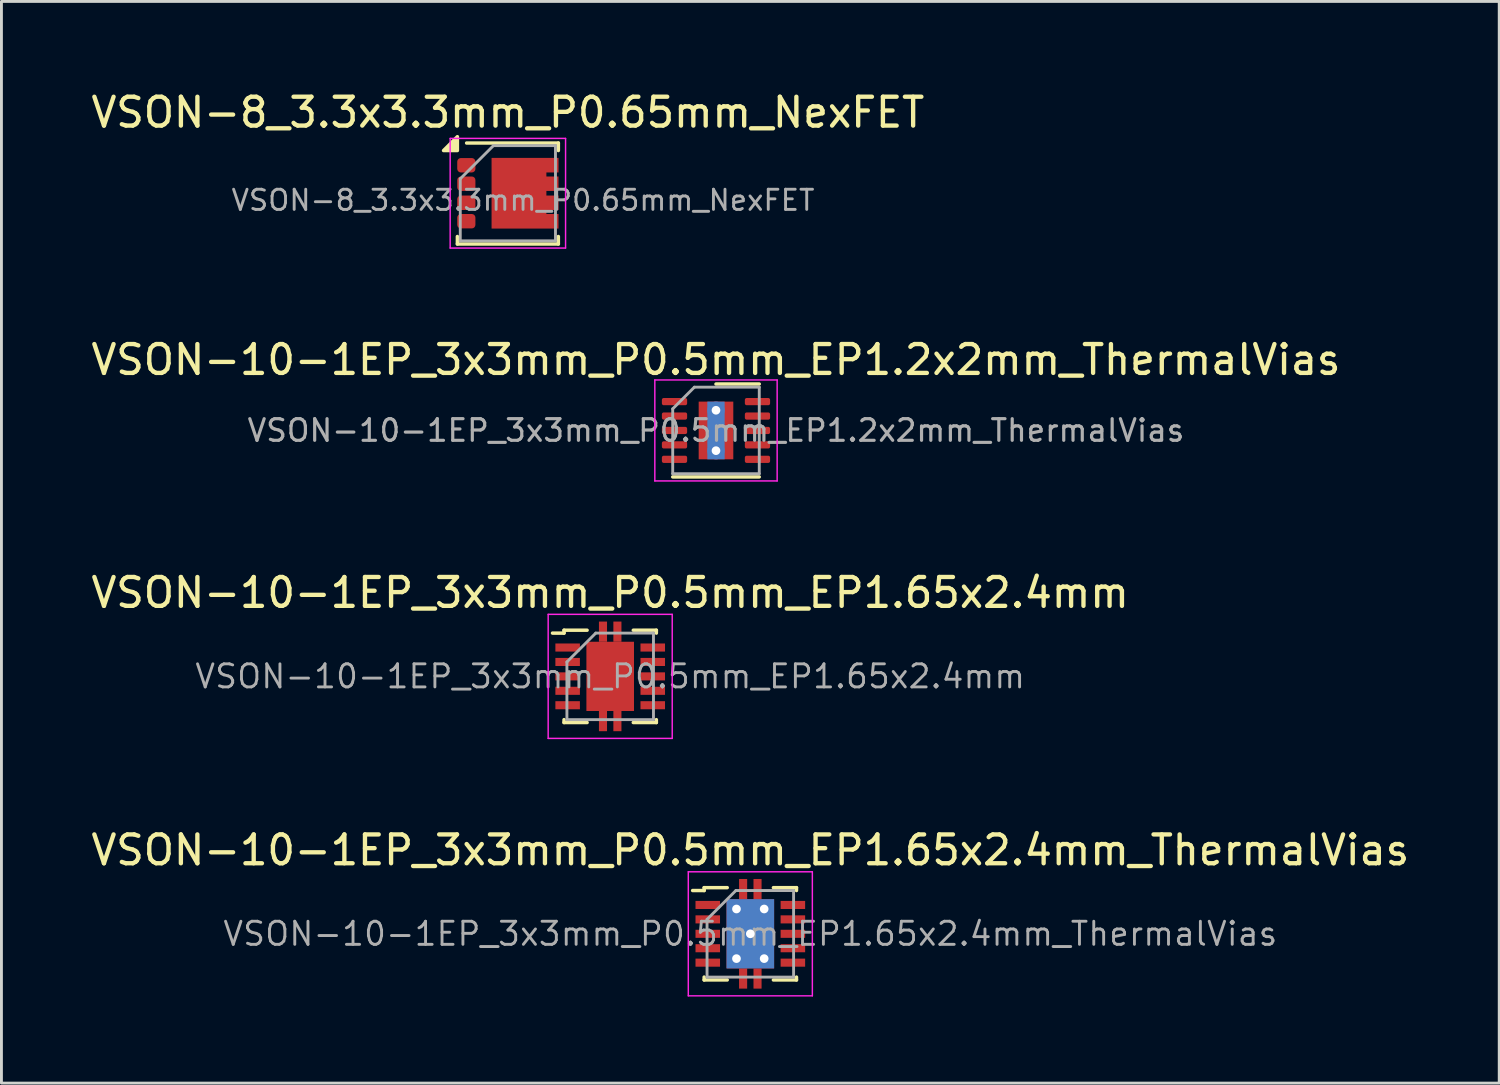
<source format=kicad_pcb>
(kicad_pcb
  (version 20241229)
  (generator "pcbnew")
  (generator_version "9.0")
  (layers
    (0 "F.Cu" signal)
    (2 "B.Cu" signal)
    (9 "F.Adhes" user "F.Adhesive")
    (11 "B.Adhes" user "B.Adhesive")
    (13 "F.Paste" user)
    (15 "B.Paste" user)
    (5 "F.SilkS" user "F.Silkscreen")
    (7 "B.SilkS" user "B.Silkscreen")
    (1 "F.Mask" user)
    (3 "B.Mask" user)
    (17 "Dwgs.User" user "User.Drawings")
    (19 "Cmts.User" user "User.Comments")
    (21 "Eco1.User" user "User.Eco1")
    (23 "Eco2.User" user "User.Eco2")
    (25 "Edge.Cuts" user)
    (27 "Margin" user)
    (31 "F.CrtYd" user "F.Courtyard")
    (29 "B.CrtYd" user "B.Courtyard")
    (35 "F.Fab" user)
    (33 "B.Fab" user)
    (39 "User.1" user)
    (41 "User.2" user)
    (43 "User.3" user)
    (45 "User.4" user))
  (footprint "VSON-10-1EP_3x3mm_P0.5mm_EP1.2x2mm_ThermalVias"
    (layer "F.Cu")
    (at 21.768 11.871)
    (property "Reference" "VSON-10-1EP_3x3mm_P0.5mm_EP1.2x2mm_ThermalVias" (at 0 -2.45 0) (layer "F.SilkS") (effects (font (size 1 1) (thickness 0.15))))
    (attr smd)
    (fp_line (start -1.5 1.61) (end 1.5 1.61) (stroke (width 0.12) (type solid)) (layer "F.SilkS"))
    (fp_line (start 0 -1.61) (end 1.5 -1.61) (stroke (width 0.12) (type solid)) (layer "F.SilkS"))
    (fp_line (start -2.12 -1.75) (end -2.12 1.75) (stroke (width 0.05) (type solid)) (layer "F.CrtYd"))
    (fp_line (start -2.12 1.75) (end 2.12 1.75) (stroke (width 0.05) (type solid)) (layer "F.CrtYd"))
    (fp_line (start 2.12 -1.75) (end -2.12 -1.75) (stroke (width 0.05) (type solid)) (layer "F.CrtYd"))
    (fp_line (start 2.12 1.75) (end 2.12 -1.75) (stroke (width 0.05) (type solid)) (layer "F.CrtYd"))
    (fp_line (start -1.5 -0.75) (end -0.75 -1.5) (stroke (width 0.1) (type solid)) (layer "F.Fab"))
    (fp_line (start -1.5 1.5) (end -1.5 -0.75) (stroke (width 0.1) (type solid)) (layer "F.Fab"))
    (fp_line (start -0.75 -1.5) (end 1.5 -1.5) (stroke (width 0.1) (type solid)) (layer "F.Fab"))
    (fp_line (start 1.5 -1.5) (end 1.5 1.5) (stroke (width 0.1) (type solid)) (layer "F.Fab"))
    (fp_line (start 1.5 1.5) (end -1.5 1.5) (stroke (width 0.1) (type solid)) (layer "F.Fab"))
    (fp_text user "${REFERENCE}" (at 0 0 0) (layer "F.Fab") (effects (font (size 0.75 0.75) (thickness 0.11))))
    (pad "" smd roundrect (at -0.3 -0.5) (size 0.52 0.87) (layers "F.Paste") (roundrect_rratio 0.25))
    (pad "" smd roundrect (at -0.3 0.5) (size 0.52 0.87) (layers "F.Paste") (roundrect_rratio 0.25))
    (pad "" smd roundrect (at 0.3 -0.5) (size 0.52 0.87) (layers "F.Paste") (roundrect_rratio 0.25))
    (pad "" smd roundrect (at 0.3 0.5) (size 0.52 0.87) (layers "F.Paste") (roundrect_rratio 0.25))
    (pad "1" smd roundrect (at -1.438 -1) (size 0.875 0.25) (layers "F.Cu" "F.Mask" "F.Paste") (roundrect_rratio 0.25))
    (pad "2" smd roundrect (at -1.438 -0.5) (size 0.875 0.25) (layers "F.Cu" "F.Mask" "F.Paste") (roundrect_rratio 0.25))
    (pad "3" smd roundrect (at -1.438 0) (size 0.875 0.25) (layers "F.Cu" "F.Mask" "F.Paste") (roundrect_rratio 0.25))
    (pad "4" smd roundrect (at -1.438 0.5) (size 0.875 0.25) (layers "F.Cu" "F.Mask" "F.Paste") (roundrect_rratio 0.25))
    (pad "5" smd roundrect (at -1.438 1) (size 0.875 0.25) (layers "F.Cu" "F.Mask" "F.Paste") (roundrect_rratio 0.25))
    (pad "6" smd roundrect (at 1.438 1) (size 0.875 0.25) (layers "F.Cu" "F.Mask" "F.Paste") (roundrect_rratio 0.25))
    (pad "7" smd roundrect (at 1.438 0.5) (size 0.875 0.25) (layers "F.Cu" "F.Mask" "F.Paste") (roundrect_rratio 0.25))
    (pad "8" smd roundrect (at 1.438 0) (size 0.875 0.25) (layers "F.Cu" "F.Mask" "F.Paste") (roundrect_rratio 0.25))
    (pad "9" smd roundrect (at 1.438 -0.5) (size 0.875 0.25) (layers "F.Cu" "F.Mask" "F.Paste") (roundrect_rratio 0.25))
    (pad "10" smd roundrect (at 1.438 -1) (size 0.875 0.25) (layers "F.Cu" "F.Mask" "F.Paste") (roundrect_rratio 0.25))
    (pad "11" thru_hole circle (at 0 -0.7) (size 0.6 0.6) (drill 0.3) (layers "*.Cu"))
    (pad "11" smd rect (at 0 0) (size 0.6 2) (layers "B.Cu"))
    (pad "11" smd rect (at 0 0) (size 1.2 2) (layers "F.Cu" "F.Mask"))
    (pad "11" thru_hole circle (at 0 0.7) (size 0.6 0.6) (drill 0.3) (layers "*.Cu")))
  (footprint "VSON-10-1EP_3x3mm_P0.5mm_EP1.65x2.4mm_ThermalVias"
    (layer "F.Cu")
    (at 22.958 29.318)
    (property "Reference" "VSON-10-1EP_3x3mm_P0.5mm_EP1.65x2.4mm_ThermalVias" (at 0 -2.9 0) (layer "F.SilkS") (effects (font (size 1 1) (thickness 0.15))))
    (attr smd)
    (fp_line (start -1.6 -1.6) (end -1.6 -1.5) (stroke (width 0.12) (type solid)) (layer "F.SilkS"))
    (fp_line (start -1.6 -1.5) (end -2 -1.5) (stroke (width 0.12) (type solid)) (layer "F.SilkS"))
    (fp_line (start -1.6 1.5) (end -1.6 1.6) (stroke (width 0.12) (type solid)) (layer "F.SilkS"))
    (fp_line (start -1.6 1.6) (end -0.8 1.6) (stroke (width 0.12) (type solid)) (layer "F.SilkS"))
    (fp_line (start -0.8 -1.6) (end -1.6 -1.6) (stroke (width 0.12) (type solid)) (layer "F.SilkS"))
    (fp_line (start 0.8 -1.6) (end 1.6 -1.6) (stroke (width 0.12) (type solid)) (layer "F.SilkS"))
    (fp_line (start 0.8 1.6) (end 1.6 1.6) (stroke (width 0.12) (type solid)) (layer "F.SilkS"))
    (fp_line (start 1.6 -1.6) (end 1.6 -1.5) (stroke (width 0.12) (type solid)) (layer "F.SilkS"))
    (fp_line (start 1.6 1.6) (end 1.6 1.5) (stroke (width 0.12) (type solid)) (layer "F.SilkS"))
    (fp_line (start -2.15 -2.15) (end 2.15 -2.15) (stroke (width 0.05) (type solid)) (layer "F.CrtYd"))
    (fp_line (start -2.15 2.15) (end -2.15 -2.15) (stroke (width 0.05) (type solid)) (layer "F.CrtYd"))
    (fp_line (start 2.15 -2.15) (end 2.15 2.15) (stroke (width 0.05) (type solid)) (layer "F.CrtYd"))
    (fp_line (start 2.15 2.15) (end -2.15 2.15) (stroke (width 0.05) (type solid)) (layer "F.CrtYd"))
    (fp_line (start -1.5 -0.5) (end -1.5 1.5) (stroke (width 0.1) (type solid)) (layer "F.Fab"))
    (fp_line (start -1.5 -0.5) (end -0.5 -1.5) (stroke (width 0.1) (type solid)) (layer "F.Fab"))
    (fp_line (start -1.5 1.5) (end 1.5 1.5) (stroke (width 0.1) (type solid)) (layer "F.Fab"))
    (fp_line (start -0.5 -1.5) (end 1.5 -1.5) (stroke (width 0.1) (type solid)) (layer "F.Fab"))
    (fp_line (start 1.5 -1.5) (end 1.5 1.5) (stroke (width 0.1) (type solid)) (layer "F.Fab"))
    (fp_text user "${REFERENCE}" (at 0 0 0) (layer "F.Fab") (effects (font (size 0.8 0.8) (thickness 0.1))))
    (pad "" smd rect (at -0.48 -0.86) (size 0.64 0.64) (layers "F.Paste"))
    (pad "" smd rect (at -0.48 0) (size 0.64 0.64) (layers "F.Paste"))
    (pad "" smd rect (at -0.48 0.86) (size 0.64 0.64) (layers "F.Paste"))
    (pad "" smd rect (at 0.48 -0.86) (size 0.64 0.64) (layers "F.Paste"))
    (pad "" smd rect (at 0.48 0) (size 0.64 0.64) (layers "F.Paste"))
    (pad "" smd rect (at 0.48 0.86) (size 0.64 0.64) (layers "F.Paste"))
    (pad "1" smd rect (at -1.475 -1) (size 0.85 0.28) (layers "F.Cu" "F.Mask" "F.Paste"))
    (pad "2" smd rect (at -1.475 -0.5) (size 0.85 0.28) (layers "F.Cu" "F.Mask" "F.Paste"))
    (pad "3" smd rect (at -1.475 0) (size 0.85 0.28) (layers "F.Cu" "F.Mask" "F.Paste"))
    (pad "4" smd rect (at -1.475 0.5) (size 0.85 0.28) (layers "F.Cu" "F.Mask" "F.Paste"))
    (pad "5" smd rect (at -1.475 1) (size 0.85 0.28) (layers "F.Cu" "F.Mask" "F.Paste"))
    (pad "6" smd rect (at 1.475 1) (size 0.85 0.28) (layers "F.Cu" "F.Mask" "F.Paste"))
    (pad "7" smd rect (at 1.475 0.5) (size 0.85 0.28) (layers "F.Cu" "F.Mask" "F.Paste"))
    (pad "8" smd rect (at 1.475 0) (size 0.85 0.28) (layers "F.Cu" "F.Mask" "F.Paste"))
    (pad "9" smd rect (at 1.475 -0.5) (size 0.85 0.28) (layers "F.Cu" "F.Mask" "F.Paste"))
    (pad "10" smd rect (at 1.475 -1) (size 0.85 0.28) (layers "F.Cu" "F.Mask" "F.Paste"))
    (pad "11" thru_hole circle (at -0.48 -0.86) (size 0.6 0.6) (drill 0.3) (layers "*.Cu"))
    (pad "11" thru_hole circle (at -0.48 0.86) (size 0.6 0.6) (drill 0.3) (layers "*.Cu"))
    (pad "11" smd rect (at -0.25 -1.55) (size 0.28 0.7) (layers "F.Cu" "F.Mask" "F.Paste"))
    (pad "11" smd rect (at -0.25 1.55) (size 0.28 0.7) (layers "F.Cu" "F.Mask" "F.Paste"))
    (pad "11" thru_hole circle (at 0 0) (size 0.6 0.6) (drill 0.3) (layers "*.Cu"))
    (pad "11" smd rect (at 0 0) (size 1.65 2.4) (layers "F.Cu" "F.Mask"))
    (pad "11" smd rect (at 0 0) (size 1.65 2.4) (layers "B.Cu"))
    (pad "11" smd rect (at 0.25 -1.55) (size 0.28 0.7) (layers "F.Cu" "F.Mask" "F.Paste"))
    (pad "11" smd rect (at 0.25 1.55) (size 0.28 0.7) (layers "F.Cu" "F.Mask" "F.Paste"))
    (pad "11" thru_hole circle (at 0.48 -0.86) (size 0.6 0.6) (drill 0.3) (layers "*.Cu"))
    (pad "11" thru_hole circle (at 0.48 0.86) (size 0.6 0.6) (drill 0.3) (layers "*.Cu")))
  (footprint "VSON-10-1EP_3x3mm_P0.5mm_EP1.65x2.4mm"
    (layer "F.Cu")
    (at 18.101 20.395)
    (property "Reference" "VSON-10-1EP_3x3mm_P0.5mm_EP1.65x2.4mm" (at 0 -2.9 0) (layer "F.SilkS") (effects (font (size 1 1) (thickness 0.15))))
    (attr smd)
    (fp_line (start -1.6 -1.6) (end -1.6 -1.5) (stroke (width 0.12) (type solid)) (layer "F.SilkS"))
    (fp_line (start -1.6 -1.5) (end -2 -1.5) (stroke (width 0.12) (type solid)) (layer "F.SilkS"))
    (fp_line (start -1.6 1.5) (end -1.6 1.6) (stroke (width 0.12) (type solid)) (layer "F.SilkS"))
    (fp_line (start -1.6 1.6) (end -0.8 1.6) (stroke (width 0.12) (type solid)) (layer "F.SilkS"))
    (fp_line (start -0.8 -1.6) (end -1.6 -1.6) (stroke (width 0.12) (type solid)) (layer "F.SilkS"))
    (fp_line (start 0.8 -1.6) (end 1.6 -1.6) (stroke (width 0.12) (type solid)) (layer "F.SilkS"))
    (fp_line (start 0.8 1.6) (end 1.6 1.6) (stroke (width 0.12) (type solid)) (layer "F.SilkS"))
    (fp_line (start 1.6 -1.6) (end 1.6 -1.5) (stroke (width 0.12) (type solid)) (layer "F.SilkS"))
    (fp_line (start 1.6 1.6) (end 1.6 1.5) (stroke (width 0.12) (type solid)) (layer "F.SilkS"))
    (fp_line (start -2.15 -2.15) (end 2.15 -2.15) (stroke (width 0.05) (type solid)) (layer "F.CrtYd"))
    (fp_line (start -2.15 2.15) (end -2.15 -2.15) (stroke (width 0.05) (type solid)) (layer "F.CrtYd"))
    (fp_line (start 2.15 -2.15) (end 2.15 2.15) (stroke (width 0.05) (type solid)) (layer "F.CrtYd"))
    (fp_line (start 2.15 2.15) (end -2.15 2.15) (stroke (width 0.05) (type solid)) (layer "F.CrtYd"))
    (fp_line (start -1.5 -0.5) (end -1.5 1.5) (stroke (width 0.1) (type solid)) (layer "F.Fab"))
    (fp_line (start -1.5 -0.5) (end -0.5 -1.5) (stroke (width 0.1) (type solid)) (layer "F.Fab"))
    (fp_line (start -1.5 1.5) (end 1.5 1.5) (stroke (width 0.1) (type solid)) (layer "F.Fab"))
    (fp_line (start -0.5 -1.5) (end 1.5 -1.5) (stroke (width 0.1) (type solid)) (layer "F.Fab"))
    (fp_line (start 1.5 -1.5) (end 1.5 1.5) (stroke (width 0.1) (type solid)) (layer "F.Fab"))
    (fp_text user "${REFERENCE}" (at 0 0 0) (layer "F.Fab") (effects (font (size 0.8 0.8) (thickness 0.1))))
    (pad "" smd rect (at -0.412 -0.8) (size 0.64 0.64) (layers "F.Paste"))
    (pad "" smd rect (at -0.412 0) (size 0.64 0.64) (layers "F.Paste"))
    (pad "" smd rect (at -0.412 0.8) (size 0.64 0.64) (layers "F.Paste"))
    (pad "" smd rect (at 0.412 -0.8) (size 0.64 0.64) (layers "F.Paste"))
    (pad "" smd rect (at 0.412 0) (size 0.64 0.64) (layers "F.Paste"))
    (pad "" smd rect (at 0.412 0.8) (size 0.64 0.64) (layers "F.Paste"))
    (pad "1" smd rect (at -1.475 -1) (size 0.85 0.28) (layers "F.Cu" "F.Mask" "F.Paste"))
    (pad "2" smd rect (at -1.475 -0.5) (size 0.85 0.28) (layers "F.Cu" "F.Mask" "F.Paste"))
    (pad "3" smd rect (at -1.475 0) (size 0.85 0.28) (layers "F.Cu" "F.Mask" "F.Paste"))
    (pad "4" smd rect (at -1.475 0.5) (size 0.85 0.28) (layers "F.Cu" "F.Mask" "F.Paste"))
    (pad "5" smd rect (at -1.475 1) (size 0.85 0.28) (layers "F.Cu" "F.Mask" "F.Paste"))
    (pad "6" smd rect (at 1.475 1) (size 0.85 0.28) (layers "F.Cu" "F.Mask" "F.Paste"))
    (pad "7" smd rect (at 1.475 0.5) (size 0.85 0.28) (layers "F.Cu" "F.Mask" "F.Paste"))
    (pad "8" smd rect (at 1.475 0) (size 0.85 0.28) (layers "F.Cu" "F.Mask" "F.Paste"))
    (pad "9" smd rect (at 1.475 -0.5) (size 0.85 0.28) (layers "F.Cu" "F.Mask" "F.Paste"))
    (pad "10" smd rect (at 1.475 -1) (size 0.85 0.28) (layers "F.Cu" "F.Mask" "F.Paste"))
    (pad "11" smd rect (at -0.25 -1.55) (size 0.28 0.7) (layers "F.Cu" "F.Mask" "F.Paste"))
    (pad "11" smd rect (at -0.25 1.55) (size 0.28 0.7) (layers "F.Cu" "F.Mask" "F.Paste"))
    (pad "11" smd rect (at 0 0) (size 1.65 2.4) (layers "F.Cu" "F.Mask"))
    (pad "11" smd rect (at 0.25 -1.55) (size 0.28 0.7) (layers "F.Cu" "F.Mask" "F.Paste"))
    (pad "11" smd rect (at 0.25 1.55) (size 0.28 0.7) (layers "F.Cu" "F.Mask" "F.Paste")))
  (footprint "VSON-8_3.3x3.3mm_P0.65mm_NexFET"
    (layer "F.Cu")
    (at 14.554 3.648)
    (property "Reference" "VSON-8_3.3x3.3mm_P0.65mm_NexFET" (at 0 -2.8 0) (layer "F.SilkS") (effects (font (size 1 1) (thickness 0.15))))
    (attr smd)
    (fp_line (start -1.75 1.5) (end -1.75 1.76) (stroke (width 0.12) (type solid)) (layer "F.SilkS"))
    (fp_line (start -1.75 1.76) (end 1.75 1.76) (stroke (width 0.12) (type solid)) (layer "F.SilkS"))
    (fp_line (start -1.43 -1.74) (end 1.75 -1.74) (stroke (width 0.12) (type solid)) (layer "F.SilkS"))
    (fp_line (start 1.75 -1.74) (end 1.75 -1.48) (stroke (width 0.12) (type solid)) (layer "F.SilkS"))
    (fp_line (start 1.75 1.5) (end 1.75 1.76) (stroke (width 0.12) (type solid)) (layer "F.SilkS"))
    (fp_poly (pts (xy -1.75 -1.48) (xy -2.23 -1.48) (xy -1.75 -1.96) (xy -1.75 -1.48)) (stroke (width 0.12) (type solid)) (fill yes) (layer "F.SilkS"))
    (fp_line (start -2 -1.9) (end -2 1.9) (stroke (width 0.05) (type solid)) (layer "F.CrtYd"))
    (fp_line (start -2 -1.9) (end 2 -1.9) (stroke (width 0.05) (type solid)) (layer "F.CrtYd"))
    (fp_line (start -2 1.9) (end 2 1.9) (stroke (width 0.05) (type solid)) (layer "F.CrtYd"))
    (fp_line (start 2 -1.9) (end 2 1.9) (stroke (width 0.05) (type solid)) (layer "F.CrtYd"))
    (fp_line (start -1.65 -0.5) (end -0.5 -1.65) (stroke (width 0.1) (type solid)) (layer "F.Fab"))
    (fp_line (start -1.65 1.65) (end -1.65 -0.5) (stroke (width 0.1) (type solid)) (layer "F.Fab"))
    (fp_line (start -0.5 -1.65) (end 1.65 -1.65) (stroke (width 0.1) (type solid)) (layer "F.Fab"))
    (fp_line (start 1.65 -1.65) (end 1.65 1.65) (stroke (width 0.1) (type solid)) (layer "F.Fab"))
    (fp_line (start 1.65 1.65) (end -1.65 1.65) (stroke (width 0.1) (type solid)) (layer "F.Fab"))
    (fp_text user "${REFERENCE}" (at 0.526 0.242 0) (layer "F.Fab") (effects (font (size 0.7 0.7) (thickness 0.1))))
    (pad "" smd rect (at -0.09 -0.61) (size 0.57 0.738) (layers "F.Paste"))
    (pad "" smd rect (at -0.09 0.61) (size 0.57 0.738) (layers "F.Paste"))
    (pad "" smd rect (at 0.86 -0.61) (size 0.57 0.738) (layers "F.Paste"))
    (pad "" smd rect (at 0.86 0.61) (size 0.57 0.738) (layers "F.Paste"))
    (pad "" smd roundrect (at 1.44 -0.973) (size 0.63 0.5) (layers "F.Paste") (roundrect_rratio 0.25))
    (pad "" smd roundrect (at 1.44 -0.33) (size 0.63 0.5) (layers "F.Paste") (roundrect_rratio 0.25))
    (pad "" smd roundrect (at 1.44 0.33) (size 0.63 0.5) (layers "F.Paste") (roundrect_rratio 0.25))
    (pad "" smd roundrect (at 1.44 0.973) (size 0.63 0.5) (layers "F.Paste") (roundrect_rratio 0.25))
    (pad "1" smd roundrect (at -1.44 -0.97) (size 0.63 0.5) (layers "F.Cu" "F.Mask" "F.Paste") (roundrect_rratio 0.25))
    (pad "2" smd roundrect (at -1.44 -0.33) (size 0.63 0.5) (layers "F.Cu" "F.Mask" "F.Paste") (roundrect_rratio 0.25))
    (pad "3" smd roundrect (at -1.44 0.33) (size 0.63 0.5) (layers "F.Cu" "F.Mask" "F.Paste") (roundrect_rratio 0.25))
    (pad "4" smd roundrect (at -1.44 0.97) (size 0.63 0.5) (layers "F.Cu" "F.Mask" "F.Paste") (roundrect_rratio 0.25))
    (pad "5" smd custom (at 0.385 0) (size 1.9 2.45) (layers "F.Cu" "F.Mask") (options (anchor rect)) (primitives (gr_poly (pts (xy 1.371 -0.72) (xy 0.95 -0.72) (xy 0.95 -0.58) (xy 1.37 -0.58) (xy 1.37 -0.08) (xy 0.95 -0.08) (xy 0.95 0.08) (xy 1.37 0.08) (xy 1.37 0.58) (xy 0.95 0.58) (xy 0.95 0.72) (xy 1.37 0.72) (xy 1.37 1.225) (xy -0.95 1.225) (xy -0.95 -1.225) (xy 1.371 -1.225)) (width 0) (fill yes)))))
  (gr_rect
    (start -3 -3)
    (end 48.917 34.493)
    (stroke (width 0.1) (type default))
    (fill no)
    (layer "Edge.Cuts")))
</source>
